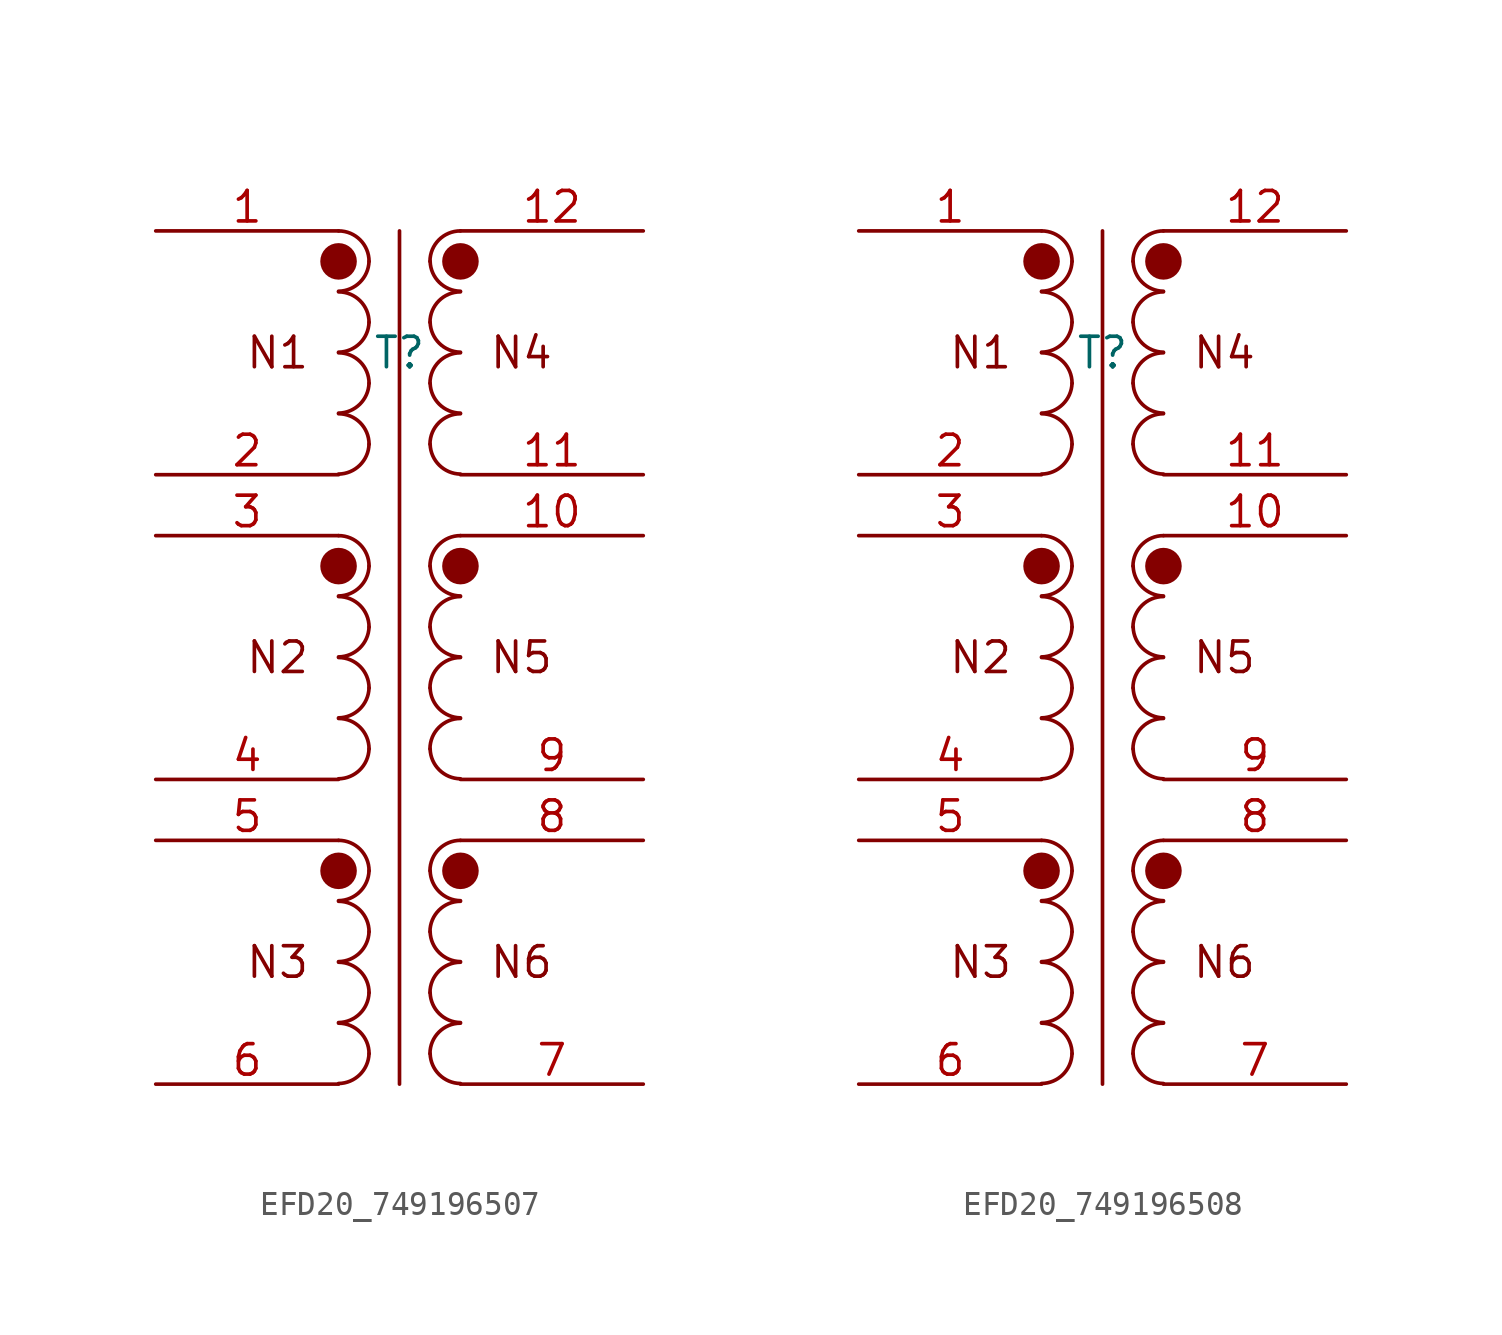
<source format=kicad_sym>
(kicad_symbol_lib
  (version 20220914)
  (generator kicad_symbol_editor)
  (symbol "EFD20_749196507"
    (pin_names hide)
    (property "Reference" "T"
      (at 0 12.7 0)
      (effects (font (size 1.27 1.27))))
    (property "Critical Parameter" ""
      (at 0 -5.08 0)
      (effects (font (size 1.27 1.27)) (justify left)))
    (symbol "EFD20_749196507_0_1"
      (arc (start -2.54 -17.7546) (mid -1.6561 -17.3863) (end -1.27 -16.51) (stroke (width 0) (type default)) (fill (type none)))
      (arc (start -2.54 -15.2146) (mid -1.6561 -14.8463) (end -1.27 -13.97) (stroke (width 0) (type default)) (fill (type none)))
      (arc (start -2.54 -12.6746) (mid -1.6561 -12.3063) (end -1.27 -11.43) (stroke (width 0) (type default)) (fill (type none)))
      (arc (start -2.54 -10.1346) (mid -1.6561 -9.7663) (end -1.27 -8.89) (stroke (width 0) (type default)) (fill (type none)))
      (arc (start -2.54 -5.0546) (mid -1.6561 -4.6863) (end -1.27 -3.81) (stroke (width 0) (type default)) (fill (type none)))
      (arc (start -2.54 -2.5146) (mid -1.6561 -2.1463) (end -1.27 -1.27) (stroke (width 0) (type default)) (fill (type none)))
      (arc (start -2.54 0.0254) (mid -1.6561 0.3937) (end -1.27 1.27) (stroke (width 0) (type default)) (fill (type none)))
      (arc (start -2.54 2.5654) (mid -1.6561 2.9337) (end -1.27 3.81) (stroke (width 0) (type default)) (fill (type none)))
      (arc (start -2.54 7.6454) (mid -1.6561 8.0137) (end -1.27 8.89) (stroke (width 0) (type default)) (fill (type none)))
      (arc (start -2.54 10.1854) (mid -1.6561 10.5537) (end -1.27 11.43) (stroke (width 0) (type default)) (fill (type none)))
      (arc (start -2.54 12.7254) (mid -1.6561 13.0937) (end -1.27 13.97) (stroke (width 0) (type default)) (fill (type none)))
      (arc (start -2.54 15.2654) (mid -1.6561 15.6337) (end -1.27 16.51) (stroke (width 0) (type default)) (fill (type none)))
      (arc (start -1.27 -16.51) (mid -1.642 -15.612) (end -2.54 -15.24) (stroke (width 0) (type default)) (fill (type none)))
      (arc (start -1.27 -13.97) (mid -1.642 -13.072) (end -2.54 -12.7) (stroke (width 0) (type default)) (fill (type none)))
      (arc (start -1.27 -11.43) (mid -1.642 -10.532) (end -2.54 -10.16) (stroke (width 0) (type default)) (fill (type none)))
      (arc (start -1.27 -8.89) (mid -1.642 -7.992) (end -2.54 -7.62) (stroke (width 0) (type default)) (fill (type none)))
      (arc (start -1.27 -3.81) (mid -1.642 -2.912) (end -2.54 -2.54) (stroke (width 0) (type default)) (fill (type none)))
      (arc (start -1.27 -1.27) (mid -1.642 -0.372) (end -2.54 0) (stroke (width 0) (type default)) (fill (type none)))
      (arc (start -1.27 1.27) (mid -1.642 2.168) (end -2.54 2.54) (stroke (width 0) (type default)) (fill (type none)))
      (arc (start -1.27 3.81) (mid -1.642 4.708) (end -2.54 5.08) (stroke (width 0) (type default)) (fill (type none)))
      (arc (start -1.27 8.89) (mid -1.642 9.788) (end -2.54 10.16) (stroke (width 0) (type default)) (fill (type none)))
      (arc (start -1.27 11.43) (mid -1.642 12.328) (end -2.54 12.7) (stroke (width 0) (type default)) (fill (type none)))
      (arc (start -1.27 13.97) (mid -1.642 14.868) (end -2.54 15.24) (stroke (width 0) (type default)) (fill (type none)))
      (arc (start -1.27 16.51) (mid -1.642 17.408) (end -2.54 17.78) (stroke (width 0) (type default)) (fill (type none)))
      (polyline (pts (xy 0 -17.78) (xy 0 17.78)) (stroke (width 0) (type default)) (fill (type none)))
      (arc (start 1.27 -16.51) (mid 1.6561 -17.3863) (end 2.54 -17.7546) (stroke (width 0) (type default)) (fill (type none)))
      (arc (start 1.27 -13.97) (mid 1.6561 -14.8463) (end 2.54 -15.2146) (stroke (width 0) (type default)) (fill (type none)))
      (arc (start 1.27 -11.43) (mid 1.6561 -12.3063) (end 2.54 -12.6746) (stroke (width 0) (type default)) (fill (type none)))
      (arc (start 1.27 -8.89) (mid 1.6561 -9.7663) (end 2.54 -10.1346) (stroke (width 0) (type default)) (fill (type none)))
      (arc (start 1.27 -3.81) (mid 1.6561 -4.6863) (end 2.54 -5.0546) (stroke (width 0) (type default)) (fill (type none)))
      (arc (start 1.27 -1.27) (mid 1.6561 -2.1463) (end 2.54 -2.5146) (stroke (width 0) (type default)) (fill (type none)))
      (arc (start 1.27 1.27) (mid 1.6561 0.3937) (end 2.54 0.0254) (stroke (width 0) (type default)) (fill (type none)))
      (arc (start 1.27 3.81) (mid 1.6561 2.9337) (end 2.54 2.5654) (stroke (width 0) (type default)) (fill (type none)))
      (arc (start 1.27 8.89) (mid 1.6561 8.0137) (end 2.54 7.6454) (stroke (width 0) (type default)) (fill (type none)))
      (arc (start 1.27 11.43) (mid 1.6561 10.5537) (end 2.54 10.1854) (stroke (width 0) (type default)) (fill (type none)))
      (arc (start 1.27 13.97) (mid 1.6561 13.0937) (end 2.54 12.7254) (stroke (width 0) (type default)) (fill (type none)))
      (arc (start 1.27 16.51) (mid 1.6561 15.6337) (end 2.54 15.2654) (stroke (width 0) (type default)) (fill (type none)))
      (arc (start 2.54 -15.24) (mid 1.642 -15.612) (end 1.27 -16.51) (stroke (width 0) (type default)) (fill (type none)))
      (arc (start 2.54 -12.7) (mid 1.642 -13.072) (end 1.27 -13.97) (stroke (width 0) (type default)) (fill (type none)))
      (arc (start 2.54 -10.16) (mid 1.642 -10.532) (end 1.27 -11.43) (stroke (width 0) (type default)) (fill (type none)))
      (arc (start 2.54 -7.62) (mid 1.642 -7.992) (end 1.27 -8.89) (stroke (width 0) (type default)) (fill (type none)))
      (arc (start 2.54 -2.54) (mid 1.642 -2.912) (end 1.27 -3.81) (stroke (width 0) (type default)) (fill (type none)))
      (arc (start 2.54 0) (mid 1.642 -0.372) (end 1.27 -1.27) (stroke (width 0) (type default)) (fill (type none)))
      (arc (start 2.54 2.54) (mid 1.642 2.168) (end 1.27 1.27) (stroke (width 0) (type default)) (fill (type none)))
      (arc (start 2.54 5.08) (mid 1.642 4.708) (end 1.27 3.81) (stroke (width 0) (type default)) (fill (type none)))
      (arc (start 2.54 10.16) (mid 1.642 9.788) (end 1.27 8.89) (stroke (width 0) (type default)) (fill (type none)))
      (arc (start 2.54 12.7) (mid 1.642 12.328) (end 1.27 11.43) (stroke (width 0) (type default)) (fill (type none)))
      (arc (start 2.54 15.24) (mid 1.642 14.868) (end 1.27 13.97) (stroke (width 0) (type default)) (fill (type none)))
      (arc (start 2.54 17.78) (mid 1.642 17.408) (end 1.27 16.51) (stroke (width 0) (type default)) (fill (type none))))
    (symbol "EFD20_749196507_1_1"
      (circle (center -2.54 -8.89) (radius 0.0001) (stroke (width 0.762) (type default)) (fill (type none)))
      (circle (center -2.54 3.81) (radius 0.0001) (stroke (width 0.762) (type default)) (fill (type none)))
      (circle (center -2.54 16.51) (radius 0.0001) (stroke (width 0.762) (type default)) (fill (type none)))
      (circle (center 2.54 -8.89) (radius 0.0001) (stroke (width 0.762) (type default)) (fill (type none)))
      (circle (center 2.54 3.81) (radius 0.0001) (stroke (width 0.762) (type default)) (fill (type none)))
      (circle (center 2.54 16.51) (radius 0.0001) (stroke (width 0.762) (type default)) (fill (type none)))
      (text "N1" (at -5.08 12.7 0) (effects (font (size 1.27 1.27))))
      (text "N2" (at -5.08 0 0) (effects (font (size 1.27 1.27))))
      (text "N3" (at -5.08 -12.7 0) (effects (font (size 1.27 1.27))))
      (text "N4" (at 5.08 12.7 0) (effects (font (size 1.27 1.27))))
      (text "N5" (at 5.08 0 0) (effects (font (size 1.27 1.27))))
      (text "N6" (at 5.08 -12.7 0) (effects (font (size 1.27 1.27))))
      (pin passive line (at -10.16 17.78 0) (length 7.62) (name "1" (effects (font (size 1.27 1.27)))) (number "1" (effects (font (size 1.27 1.27)))))
      (pin passive line (at -10.16 7.62 0) (length 7.62) (name "2" (effects (font (size 1.27 1.27)))) (number "2" (effects (font (size 1.27 1.27)))))
      (pin passive line (at -10.16 5.08 0) (length 7.62) (name "3" (effects (font (size 1.27 1.27)))) (number "3" (effects (font (size 1.27 1.27)))))
      (pin passive line (at -10.16 -5.08 0) (length 7.62) (name "4" (effects (font (size 1.27 1.27)))) (number "4" (effects (font (size 1.27 1.27)))))
      (pin passive line (at -10.16 -7.62 0) (length 7.62) (name "5" (effects (font (size 1.27 1.27)))) (number "5" (effects (font (size 1.27 1.27)))))
      (pin passive line (at -10.16 -17.78 0) (length 7.62) (name "6" (effects (font (size 1.27 1.27)))) (number "6" (effects (font (size 1.27 1.27)))))
      (pin passive line (at 10.16 -17.78 180) (length 7.62) (name "7" (effects (font (size 1.27 1.27)))) (number "7" (effects (font (size 1.27 1.27)))))
      (pin passive line (at 10.16 -7.62 180) (length 7.62) (name "8" (effects (font (size 1.27 1.27)))) (number "8" (effects (font (size 1.27 1.27)))))
      (pin passive line (at 10.16 -5.08 180) (length 7.62) (name "9" (effects (font (size 1.27 1.27)))) (number "9" (effects (font (size 1.27 1.27)))))
      (pin passive line (at 10.16 5.08 180) (length 7.62) (name "10" (effects (font (size 1.27 1.27)))) (number "10" (effects (font (size 1.27 1.27)))))
      (pin passive line (at 10.16 7.62 180) (length 7.62) (name "11" (effects (font (size 1.27 1.27)))) (number "11" (effects (font (size 1.27 1.27)))))
      (pin passive line (at 10.16 17.78 180) (length 7.62) (name "12" (effects (font (size 1.27 1.27)))) (number "12" (effects (font (size 1.27 1.27)))))))
  (symbol "EFD20_749196508"
    (pin_names hide)
    (property "Reference" "T"
      (at 0 12.7 0)
      (effects (font (size 1.27 1.27))))
    (property "Critical Parameter" ""
      (at 0 -5.08 0)
      (effects (font (size 1.27 1.27)) (justify left)))
    (symbol "EFD20_749196508_0_1"
      (arc (start -2.54 -17.7546) (mid -1.6561 -17.3863) (end -1.27 -16.51) (stroke (width 0) (type default)) (fill (type none)))
      (arc (start -2.54 -15.2146) (mid -1.6561 -14.8463) (end -1.27 -13.97) (stroke (width 0) (type default)) (fill (type none)))
      (arc (start -2.54 -12.6746) (mid -1.6561 -12.3063) (end -1.27 -11.43) (stroke (width 0) (type default)) (fill (type none)))
      (arc (start -2.54 -10.1346) (mid -1.6561 -9.7663) (end -1.27 -8.89) (stroke (width 0) (type default)) (fill (type none)))
      (arc (start -2.54 -5.0546) (mid -1.6561 -4.6863) (end -1.27 -3.81) (stroke (width 0) (type default)) (fill (type none)))
      (arc (start -2.54 -2.5146) (mid -1.6561 -2.1463) (end -1.27 -1.27) (stroke (width 0) (type default)) (fill (type none)))
      (arc (start -2.54 0.0254) (mid -1.6561 0.3937) (end -1.27 1.27) (stroke (width 0) (type default)) (fill (type none)))
      (arc (start -2.54 2.5654) (mid -1.6561 2.9337) (end -1.27 3.81) (stroke (width 0) (type default)) (fill (type none)))
      (arc (start -2.54 7.6454) (mid -1.6561 8.0137) (end -1.27 8.89) (stroke (width 0) (type default)) (fill (type none)))
      (arc (start -2.54 10.1854) (mid -1.6561 10.5537) (end -1.27 11.43) (stroke (width 0) (type default)) (fill (type none)))
      (arc (start -2.54 12.7254) (mid -1.6561 13.0937) (end -1.27 13.97) (stroke (width 0) (type default)) (fill (type none)))
      (arc (start -2.54 15.2654) (mid -1.6561 15.6337) (end -1.27 16.51) (stroke (width 0) (type default)) (fill (type none)))
      (arc (start -1.27 -16.51) (mid -1.642 -15.612) (end -2.54 -15.24) (stroke (width 0) (type default)) (fill (type none)))
      (arc (start -1.27 -13.97) (mid -1.642 -13.072) (end -2.54 -12.7) (stroke (width 0) (type default)) (fill (type none)))
      (arc (start -1.27 -11.43) (mid -1.642 -10.532) (end -2.54 -10.16) (stroke (width 0) (type default)) (fill (type none)))
      (arc (start -1.27 -8.89) (mid -1.642 -7.992) (end -2.54 -7.62) (stroke (width 0) (type default)) (fill (type none)))
      (arc (start -1.27 -3.81) (mid -1.642 -2.912) (end -2.54 -2.54) (stroke (width 0) (type default)) (fill (type none)))
      (arc (start -1.27 -1.27) (mid -1.642 -0.372) (end -2.54 0) (stroke (width 0) (type default)) (fill (type none)))
      (arc (start -1.27 1.27) (mid -1.642 2.168) (end -2.54 2.54) (stroke (width 0) (type default)) (fill (type none)))
      (arc (start -1.27 3.81) (mid -1.642 4.708) (end -2.54 5.08) (stroke (width 0) (type default)) (fill (type none)))
      (arc (start -1.27 8.89) (mid -1.642 9.788) (end -2.54 10.16) (stroke (width 0) (type default)) (fill (type none)))
      (arc (start -1.27 11.43) (mid -1.642 12.328) (end -2.54 12.7) (stroke (width 0) (type default)) (fill (type none)))
      (arc (start -1.27 13.97) (mid -1.642 14.868) (end -2.54 15.24) (stroke (width 0) (type default)) (fill (type none)))
      (arc (start -1.27 16.51) (mid -1.642 17.408) (end -2.54 17.78) (stroke (width 0) (type default)) (fill (type none)))
      (polyline (pts (xy 0 -17.78) (xy 0 17.78)) (stroke (width 0) (type default)) (fill (type none)))
      (arc (start 1.27 -16.51) (mid 1.6561 -17.3863) (end 2.54 -17.7546) (stroke (width 0) (type default)) (fill (type none)))
      (arc (start 1.27 -13.97) (mid 1.6561 -14.8463) (end 2.54 -15.2146) (stroke (width 0) (type default)) (fill (type none)))
      (arc (start 1.27 -11.43) (mid 1.6561 -12.3063) (end 2.54 -12.6746) (stroke (width 0) (type default)) (fill (type none)))
      (arc (start 1.27 -8.89) (mid 1.6561 -9.7663) (end 2.54 -10.1346) (stroke (width 0) (type default)) (fill (type none)))
      (arc (start 1.27 -3.81) (mid 1.6561 -4.6863) (end 2.54 -5.0546) (stroke (width 0) (type default)) (fill (type none)))
      (arc (start 1.27 -1.27) (mid 1.6561 -2.1463) (end 2.54 -2.5146) (stroke (width 0) (type default)) (fill (type none)))
      (arc (start 1.27 1.27) (mid 1.6561 0.3937) (end 2.54 0.0254) (stroke (width 0) (type default)) (fill (type none)))
      (arc (start 1.27 3.81) (mid 1.6561 2.9337) (end 2.54 2.5654) (stroke (width 0) (type default)) (fill (type none)))
      (arc (start 1.27 8.89) (mid 1.6561 8.0137) (end 2.54 7.6454) (stroke (width 0) (type default)) (fill (type none)))
      (arc (start 1.27 11.43) (mid 1.6561 10.5537) (end 2.54 10.1854) (stroke (width 0) (type default)) (fill (type none)))
      (arc (start 1.27 13.97) (mid 1.6561 13.0937) (end 2.54 12.7254) (stroke (width 0) (type default)) (fill (type none)))
      (arc (start 1.27 16.51) (mid 1.6561 15.6337) (end 2.54 15.2654) (stroke (width 0) (type default)) (fill (type none)))
      (arc (start 2.54 -15.24) (mid 1.642 -15.612) (end 1.27 -16.51) (stroke (width 0) (type default)) (fill (type none)))
      (arc (start 2.54 -12.7) (mid 1.642 -13.072) (end 1.27 -13.97) (stroke (width 0) (type default)) (fill (type none)))
      (arc (start 2.54 -10.16) (mid 1.642 -10.532) (end 1.27 -11.43) (stroke (width 0) (type default)) (fill (type none)))
      (arc (start 2.54 -7.62) (mid 1.642 -7.992) (end 1.27 -8.89) (stroke (width 0) (type default)) (fill (type none)))
      (arc (start 2.54 -2.54) (mid 1.642 -2.912) (end 1.27 -3.81) (stroke (width 0) (type default)) (fill (type none)))
      (arc (start 2.54 0) (mid 1.642 -0.372) (end 1.27 -1.27) (stroke (width 0) (type default)) (fill (type none)))
      (arc (start 2.54 2.54) (mid 1.642 2.168) (end 1.27 1.27) (stroke (width 0) (type default)) (fill (type none)))
      (arc (start 2.54 5.08) (mid 1.642 4.708) (end 1.27 3.81) (stroke (width 0) (type default)) (fill (type none)))
      (arc (start 2.54 10.16) (mid 1.642 9.788) (end 1.27 8.89) (stroke (width 0) (type default)) (fill (type none)))
      (arc (start 2.54 12.7) (mid 1.642 12.328) (end 1.27 11.43) (stroke (width 0) (type default)) (fill (type none)))
      (arc (start 2.54 15.24) (mid 1.642 14.868) (end 1.27 13.97) (stroke (width 0) (type default)) (fill (type none)))
      (arc (start 2.54 17.78) (mid 1.642 17.408) (end 1.27 16.51) (stroke (width 0) (type default)) (fill (type none))))
    (symbol "EFD20_749196508_1_1"
      (circle (center -2.54 -8.89) (radius 0.0001) (stroke (width 0.762) (type default)) (fill (type none)))
      (circle (center -2.54 3.81) (radius 0.0001) (stroke (width 0.762) (type default)) (fill (type none)))
      (circle (center -2.54 16.51) (radius 0.0001) (stroke (width 0.762) (type default)) (fill (type none)))
      (circle (center 2.54 -8.89) (radius 0.0001) (stroke (width 0.762) (type default)) (fill (type none)))
      (circle (center 2.54 3.81) (radius 0.0001) (stroke (width 0.762) (type default)) (fill (type none)))
      (circle (center 2.54 16.51) (radius 0.0001) (stroke (width 0.762) (type default)) (fill (type none)))
      (text "N1" (at -5.08 12.7 0) (effects (font (size 1.27 1.27))))
      (text "N2" (at -5.08 0 0) (effects (font (size 1.27 1.27))))
      (text "N3" (at -5.08 -12.7 0) (effects (font (size 1.27 1.27))))
      (text "N4" (at 5.08 12.7 0) (effects (font (size 1.27 1.27))))
      (text "N5" (at 5.08 0 0) (effects (font (size 1.27 1.27))))
      (text "N6" (at 5.08 -12.7 0) (effects (font (size 1.27 1.27))))
      (pin passive line (at -10.16 17.78 0) (length 7.62) (name "1" (effects (font (size 1.27 1.27)))) (number "1" (effects (font (size 1.27 1.27)))))
      (pin passive line (at -10.16 7.62 0) (length 7.62) (name "2" (effects (font (size 1.27 1.27)))) (number "2" (effects (font (size 1.27 1.27)))))
      (pin passive line (at -10.16 5.08 0) (length 7.62) (name "3" (effects (font (size 1.27 1.27)))) (number "3" (effects (font (size 1.27 1.27)))))
      (pin passive line (at -10.16 -5.08 0) (length 7.62) (name "4" (effects (font (size 1.27 1.27)))) (number "4" (effects (font (size 1.27 1.27)))))
      (pin passive line (at -10.16 -7.62 0) (length 7.62) (name "5" (effects (font (size 1.27 1.27)))) (number "5" (effects (font (size 1.27 1.27)))))
      (pin passive line (at -10.16 -17.78 0) (length 7.62) (name "6" (effects (font (size 1.27 1.27)))) (number "6" (effects (font (size 1.27 1.27)))))
      (pin passive line (at 10.16 -17.78 180) (length 7.62) (name "7" (effects (font (size 1.27 1.27)))) (number "7" (effects (font (size 1.27 1.27)))))
      (pin passive line (at 10.16 -7.62 180) (length 7.62) (name "8" (effects (font (size 1.27 1.27)))) (number "8" (effects (font (size 1.27 1.27)))))
      (pin passive line (at 10.16 -5.08 180) (length 7.62) (name "9" (effects (font (size 1.27 1.27)))) (number "9" (effects (font (size 1.27 1.27)))))
      (pin passive line (at 10.16 5.08 180) (length 7.62) (name "10" (effects (font (size 1.27 1.27)))) (number "10" (effects (font (size 1.27 1.27)))))
      (pin passive line (at 10.16 7.62 180) (length 7.62) (name "11" (effects (font (size 1.27 1.27)))) (number "11" (effects (font (size 1.27 1.27)))))
      (pin passive line (at 10.16 17.78 180) (length 7.62) (name "12" (effects (font (size 1.27 1.27)))) (number "12" (effects (font (size 1.27 1.27))))))))
</source>
